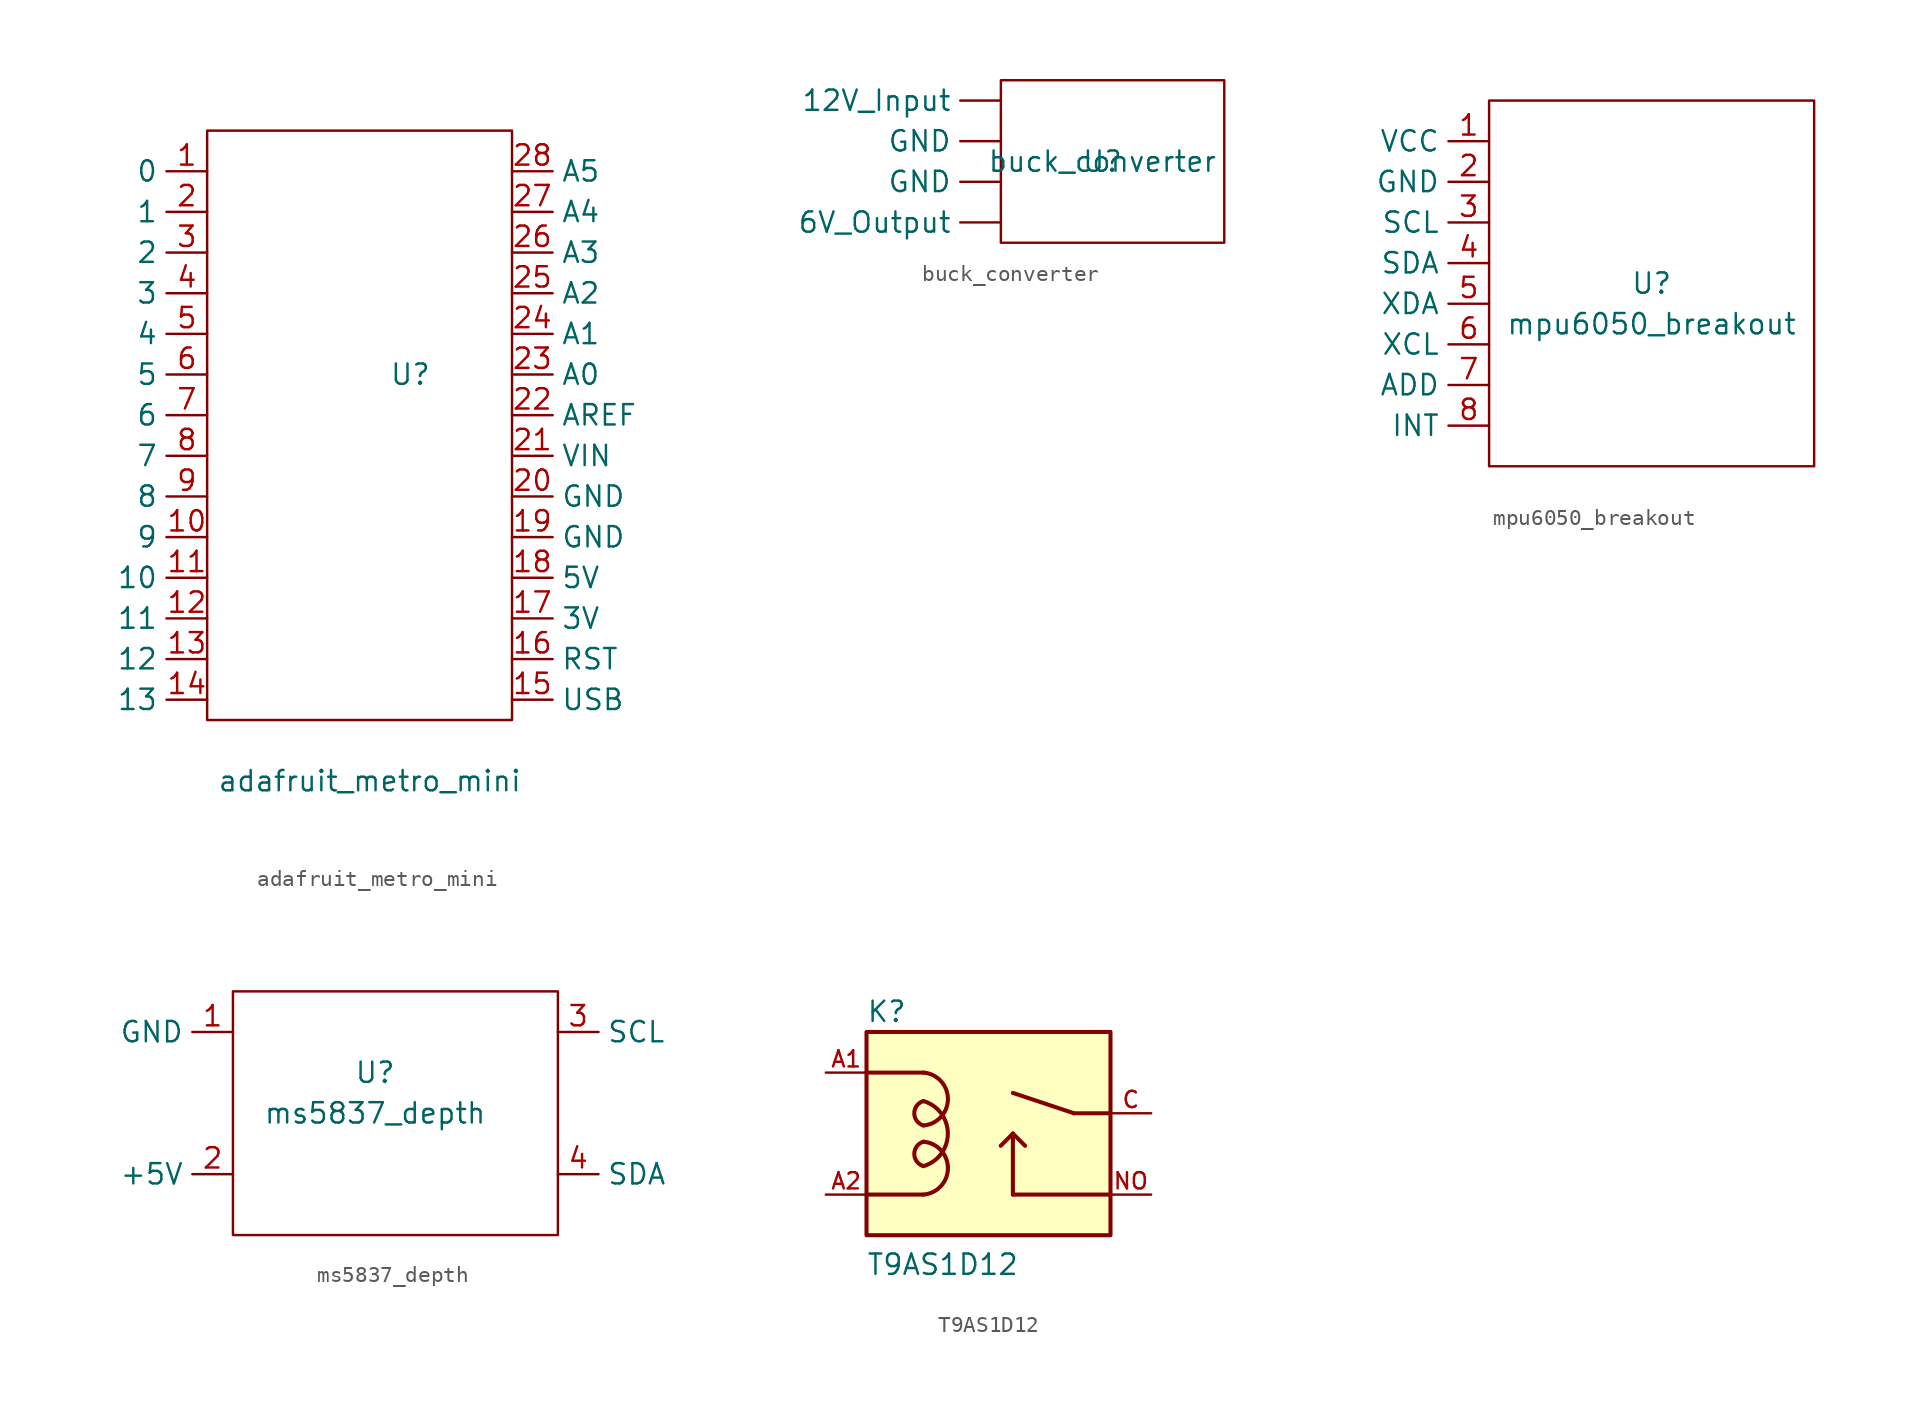
<source format=kicad_sym>
(kicad_symbol_lib
  (version 20211014)
  (generator kicad_symbol_editor)
  (symbol "adafruit_metro_mini"
    (property "Reference" "U"
      (at 0 0 0)
      (effects (font (size 1.27 1.27))))
    (property "Value" "adafruit_metro_mini"
      (at -2.54 -25.4 0)
      (effects (font (size 1.27 1.27))))
    (symbol "adafruit_metro_mini_0_1"
      (rectangle (start -12.7 15.24) (end 6.35 -21.59) (stroke (width 0) (type default) (color 0 0 0 0)) (fill (type none))))
    (symbol "adafruit_metro_mini_1_1"
      (pin bidirectional line (at -12.7 12.7 180) (length 2.54) (name "0" (effects (font (size 1.27 1.27)))) (number "1" (effects (font (size 1.27 1.27)))))
      (pin bidirectional line (at -12.7 -10.16 180) (length 2.54) (name "9" (effects (font (size 1.27 1.27)))) (number "10" (effects (font (size 1.27 1.27)))))
      (pin bidirectional line (at -12.7 -12.7 180) (length 2.54) (name "10" (effects (font (size 1.27 1.27)))) (number "11" (effects (font (size 1.27 1.27)))))
      (pin bidirectional line (at -12.7 -15.24 180) (length 2.54) (name "11" (effects (font (size 1.27 1.27)))) (number "12" (effects (font (size 1.27 1.27)))))
      (pin bidirectional line (at -12.7 -17.78 180) (length 2.54) (name "12" (effects (font (size 1.27 1.27)))) (number "13" (effects (font (size 1.27 1.27)))))
      (pin bidirectional line (at -12.7 -20.32 180) (length 2.54) (name "13" (effects (font (size 1.27 1.27)))) (number "14" (effects (font (size 1.27 1.27)))))
      (pin bidirectional line (at 6.35 -20.32 0) (length 2.54) (name "USB" (effects (font (size 1.27 1.27)))) (number "15" (effects (font (size 1.27 1.27)))))
      (pin bidirectional line (at 6.35 -17.78 0) (length 2.54) (name "RST" (effects (font (size 1.27 1.27)))) (number "16" (effects (font (size 1.27 1.27)))))
      (pin output line (at 6.35 -15.24 0) (length 2.54) (name "3V" (effects (font (size 1.27 1.27)))) (number "17" (effects (font (size 1.27 1.27)))))
      (pin output line (at 6.35 -12.7 0) (length 2.54) (name "5V" (effects (font (size 1.27 1.27)))) (number "18" (effects (font (size 1.27 1.27)))))
      (pin bidirectional line (at 6.35 -10.16 0) (length 2.54) (name "GND" (effects (font (size 1.27 1.27)))) (number "19" (effects (font (size 1.27 1.27)))))
      (pin bidirectional line (at -12.7 10.16 180) (length 2.54) (name "1" (effects (font (size 1.27 1.27)))) (number "2" (effects (font (size 1.27 1.27)))))
      (pin bidirectional line (at 6.35 -7.62 0) (length 2.54) (name "GND" (effects (font (size 1.27 1.27)))) (number "20" (effects (font (size 1.27 1.27)))))
      (pin bidirectional line (at 6.35 -5.08 0) (length 2.54) (name "VIN" (effects (font (size 1.27 1.27)))) (number "21" (effects (font (size 1.27 1.27)))))
      (pin output line (at 6.35 -2.54 0) (length 2.54) (name "AREF" (effects (font (size 1.27 1.27)))) (number "22" (effects (font (size 1.27 1.27)))))
      (pin bidirectional line (at 6.35 0 0) (length 2.54) (name "A0" (effects (font (size 1.27 1.27)))) (number "23" (effects (font (size 1.27 1.27)))))
      (pin bidirectional line (at 6.35 2.54 0) (length 2.54) (name "A1" (effects (font (size 1.27 1.27)))) (number "24" (effects (font (size 1.27 1.27)))))
      (pin bidirectional line (at 6.35 5.08 0) (length 2.54) (name "A2" (effects (font (size 1.27 1.27)))) (number "25" (effects (font (size 1.27 1.27)))))
      (pin bidirectional line (at 6.35 7.62 0) (length 2.54) (name "A3" (effects (font (size 1.27 1.27)))) (number "26" (effects (font (size 1.27 1.27)))))
      (pin bidirectional line (at 6.35 10.16 0) (length 2.54) (name "A4" (effects (font (size 1.27 1.27)))) (number "27" (effects (font (size 1.27 1.27)))))
      (pin bidirectional line (at 6.35 12.7 0) (length 2.54) (name "A5" (effects (font (size 1.27 1.27)))) (number "28" (effects (font (size 1.27 1.27)))))
      (pin bidirectional line (at -12.7 7.62 180) (length 2.54) (name "2" (effects (font (size 1.27 1.27)))) (number "3" (effects (font (size 1.27 1.27)))))
      (pin bidirectional line (at -12.7 5.08 180) (length 2.54) (name "3" (effects (font (size 1.27 1.27)))) (number "4" (effects (font (size 1.27 1.27)))))
      (pin bidirectional line (at -12.7 2.54 180) (length 2.54) (name "4" (effects (font (size 1.27 1.27)))) (number "5" (effects (font (size 1.27 1.27)))))
      (pin bidirectional line (at -12.7 0 180) (length 2.54) (name "5" (effects (font (size 1.27 1.27)))) (number "6" (effects (font (size 1.27 1.27)))))
      (pin bidirectional line (at -12.7 -2.54 180) (length 2.54) (name "6" (effects (font (size 1.27 1.27)))) (number "7" (effects (font (size 1.27 1.27)))))
      (pin bidirectional line (at -12.7 -5.08 180) (length 2.54) (name "7" (effects (font (size 1.27 1.27)))) (number "8" (effects (font (size 1.27 1.27)))))
      (pin bidirectional line (at -12.7 -7.62 180) (length 2.54) (name "8" (effects (font (size 1.27 1.27)))) (number "9" (effects (font (size 1.27 1.27)))))))
  (symbol "buck_converter"
    (property "Reference" "U"
      (at 0 0 0)
      (effects (font (size 1.27 1.27))))
    (property "Value" "buck_converter"
      (at 0 0 0)
      (effects (font (size 1.27 1.27))))
    (symbol "buck_converter_0_1"
      (rectangle (start -6.35 5.08) (end 7.62 -5.08) (stroke (width 0) (type default) (color 0 0 0 0)) (fill (type none))))
    (symbol "buck_converter_1_1"
      (pin input line (at -6.35 3.81 180) (length 2.54) (name "12V_Input" (effects (font (size 1.27 1.27)))) (number "" (effects (font (size 1.27 1.27)))))
      (pin output line (at -6.35 -3.81 180) (length 2.54) (name "6V_Output" (effects (font (size 1.27 1.27)))) (number "" (effects (font (size 1.27 1.27)))))
      (pin bidirectional line (at -6.35 -1.27 180) (length 2.54) (name "GND" (effects (font (size 1.27 1.27)))) (number "" (effects (font (size 1.27 1.27)))))
      (pin bidirectional line (at -6.35 1.27 180) (length 2.54) (name "GND" (effects (font (size 1.27 1.27)))) (number "" (effects (font (size 1.27 1.27)))))))
  (symbol "mpu6050_breakout"
    (property "Reference" "U"
      (at 0 0 0)
      (effects (font (size 1.27 1.27))))
    (property "Value" "mpu6050_breakout"
      (at 0 -2.54 0)
      (effects (font (size 1.27 1.27))))
    (symbol "mpu6050_breakout_0_1"
      (rectangle (start -10.16 11.43) (end 10.16 -11.43) (stroke (width 0) (type default) (color 0 0 0 0)) (fill (type none))))
    (symbol "mpu6050_breakout_1_1"
      (pin input line (at -10.16 8.89 180) (length 2.54) (name "VCC" (effects (font (size 1.27 1.27)))) (number "1" (effects (font (size 1.27 1.27)))))
      (pin input line (at -10.16 6.35 180) (length 2.54) (name "GND" (effects (font (size 1.27 1.27)))) (number "2" (effects (font (size 1.27 1.27)))))
      (pin input line (at -10.16 3.81 180) (length 2.54) (name "SCL" (effects (font (size 1.27 1.27)))) (number "3" (effects (font (size 1.27 1.27)))))
      (pin bidirectional line (at -10.16 1.27 180) (length 2.54) (name "SDA" (effects (font (size 1.27 1.27)))) (number "4" (effects (font (size 1.27 1.27)))))
      (pin bidirectional line (at -10.16 -1.27 180) (length 2.54) (name "XDA" (effects (font (size 1.27 1.27)))) (number "5" (effects (font (size 1.27 1.27)))))
      (pin bidirectional line (at -10.16 -3.81 180) (length 2.54) (name "XCL" (effects (font (size 1.27 1.27)))) (number "6" (effects (font (size 1.27 1.27)))))
      (pin input line (at -10.16 -6.35 180) (length 2.54) (name "ADD" (effects (font (size 1.27 1.27)))) (number "7" (effects (font (size 1.27 1.27)))))
      (pin output line (at -10.16 -8.89 180) (length 2.54) (name "INT" (effects (font (size 1.27 1.27)))) (number "8" (effects (font (size 1.27 1.27)))))))
  (symbol "ms5837_depth"
    (property "Reference" "U"
      (at 0 2.54 0)
      (effects (font (size 1.27 1.27))))
    (property "Value" "ms5837_depth"
      (at 0 0 0)
      (effects (font (size 1.27 1.27))))
    (symbol "ms5837_depth_0_1"
      (rectangle (start -8.89 7.62) (end 11.43 -7.62) (stroke (width 0) (type default) (color 0 0 0 0)) (fill (type none))))
    (symbol "ms5837_depth_1_1"
      (pin input line (at -8.89 5.08 180) (length 2.54) (name "GND" (effects (font (size 1.27 1.27)))) (number "1" (effects (font (size 1.27 1.27)))))
      (pin input line (at -8.89 -3.81 180) (length 2.54) (name "+5V" (effects (font (size 1.27 1.27)))) (number "2" (effects (font (size 1.27 1.27)))))
      (pin input line (at 11.43 5.08 0) (length 2.54) (name "SCL" (effects (font (size 1.27 1.27)))) (number "3" (effects (font (size 1.27 1.27)))))
      (pin input line (at 11.43 -3.81 0) (length 2.54) (name "SDA" (effects (font (size 1.27 1.27)))) (number "4" (effects (font (size 1.27 1.27)))))))
  (symbol "T9AS1D12"
    (pin_names
      (offset 1.016))
    (property "Reference" "K"
      (at -7.642 5.604 0)
      (effects (font (size 1.27 1.27)) (justify left bottom)))
    (property "Value" "T9AS1D12"
      (at -7.645 -10.193 0)
      (effects (font (size 1.27 1.27)) (justify left bottom)))
    (symbol "T9AS1D12_0_0"
      (rectangle (start -7.62 -7.62) (end 7.62 5.08) (stroke (width 0.254) (type default) (color 0 0 0 0)) (fill (type background)))
      (arc (start -4.064 -5.08) (mid -2.5351 -3.429) (end -4.064 -1.778) (stroke (width 0.254) (type default) (color 0 0 0 0)) (fill (type none)))
      (arc (start -4.064 -3.302) (mid -2.54 -1.27) (end -4.064 0.762) (stroke (width 0.254) (type default) (color 0 0 0 0)) (fill (type none)))
      (arc (start -4.064 -1.778) (mid -5.0801 -2.54) (end -4.064 -3.302) (stroke (width 0.254) (type default) (color 0 0 0 0)) (fill (type none)))
      (arc (start -4.064 -0.762) (mid -2.5351 0.889) (end -4.064 2.54) (stroke (width 0.254) (type default) (color 0 0 0 0)) (fill (type none)))
      (arc (start -4.064 0.762) (mid -5.0801 0) (end -4.064 -0.762) (stroke (width 0.254) (type default) (color 0 0 0 0)) (fill (type none)))
      (polyline (pts (xy -7.62 -5.08) (xy -4.064 -5.08)) (stroke (width 0.254) (type default) (color 0 0 0 0)) (fill (type none)))
      (polyline (pts (xy -7.62 2.54) (xy -4.064 2.54)) (stroke (width 0.254) (type default) (color 0 0 0 0)) (fill (type none)))
      (polyline (pts (xy 1.524 -5.08) (xy 1.524 -1.27)) (stroke (width 0.254) (type default) (color 0 0 0 0)) (fill (type none)))
      (polyline (pts (xy 1.524 -1.27) (xy 0.762 -2.032)) (stroke (width 0.254) (type default) (color 0 0 0 0)) (fill (type none)))
      (polyline (pts (xy 1.524 -1.27) (xy 2.286 -2.032)) (stroke (width 0.254) (type default) (color 0 0 0 0)) (fill (type none)))
      (polyline (pts (xy 5.334 0) (xy 1.524 1.27)) (stroke (width 0.254) (type default) (color 0 0 0 0)) (fill (type none)))
      (polyline (pts (xy 7.62 -5.08) (xy 1.524 -5.08)) (stroke (width 0.254) (type default) (color 0 0 0 0)) (fill (type none)))
      (polyline (pts (xy 7.62 0) (xy 5.334 0)) (stroke (width 0.254) (type default) (color 0 0 0 0)) (fill (type none)))
      (pin passive line (at -10.16 2.54 0) (length 2.54) (name "~" (effects (font (size 1.016 1.016)))) (number "A1" (effects (font (size 1.016 1.016)))))
      (pin passive line (at -10.16 -5.08 0) (length 2.54) (name "~" (effects (font (size 1.016 1.016)))) (number "A2" (effects (font (size 1.016 1.016)))))
      (pin passive line (at 10.16 0 180) (length 2.54) (name "~" (effects (font (size 1.016 1.016)))) (number "C" (effects (font (size 1.016 1.016)))))
      (pin passive line (at 10.16 -5.08 180) (length 2.54) (name "~" (effects (font (size 1.016 1.016)))) (number "NO" (effects (font (size 1.016 1.016))))))))
</source>
